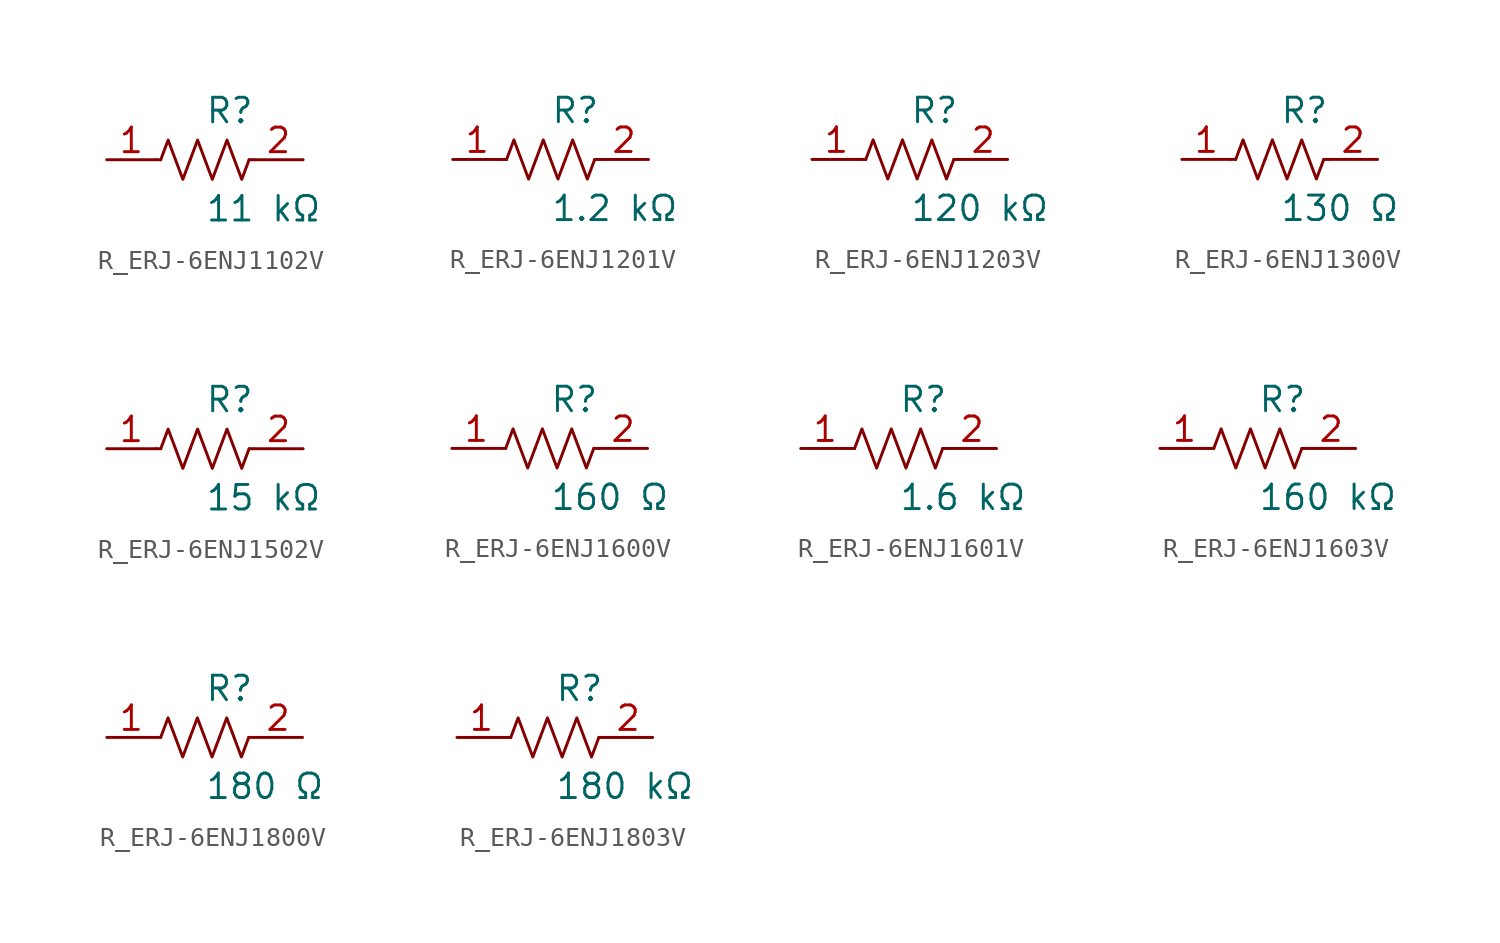
<source format=kicad_sym>
(kicad_symbol_lib
  (version 20231120)
  (generator kicad_symbol_editor)
  (generator_version 8.0)
  (symbol "R_ERJ-6ENJ1102V"
    (pin_names
      (offset 0.254))
    (property "Reference" "R"
      (at 0.0 2.54 0)
      (effects (font (size 1.27 1.27)) (justify left)))
    (property "Value" "11 kΩ"
      (at 0.0 -2.54 0)
      (effects (font (size 1.27 1.27)) (justify left)))
    (symbol "R_ERJ-6ENJ1102V_0_1"
      (polyline (pts (xy 2.286 0) (xy 2.54 0)) (stroke (width 0) (type default)) (fill (type none)))
      (polyline (pts (xy -2.286 0) (xy -2.54 0)) (stroke (width 0) (type default)) (fill (type none)))
      (polyline (pts (xy 0.762 0) (xy 1.143 1.016) (xy 1.524 0) (xy 1.905 -1.016) (xy 2.286 0)) (stroke (width 0) (type default)) (fill (type none)))
      (polyline (pts (xy -0.762 0) (xy -0.381 1.016) (xy 0 0) (xy 0.381 -1.016) (xy 0.762 0)) (stroke (width 0) (type default)) (fill (type none)))
      (polyline (pts (xy -2.286 0) (xy -1.905 1.016) (xy -1.524 0) (xy -1.143 -1.016) (xy -0.762 0)) (stroke (width 0) (type default)) (fill (type none))))
    (pin unspecified line
      (at -5.08 0 0)
      (length 2.54)
      (name "" (effects (font (size 1.27 1.27))))
      (number "1" (effects (font (size 1.27 1.27)))))
    (pin unspecified line
      (at 5.08 0 180)
      (length 2.54)
      (name "" (effects (font (size 1.27 1.27))))
      (number "2" (effects (font (size 1.27 1.27))))))
  (symbol "R_ERJ-6ENJ1201V"
    (pin_names
      (offset 0.254))
    (property "Reference" "R"
      (at 0.0 2.54 0)
      (effects (font (size 1.27 1.27)) (justify left)))
    (property "Value" "1.2 kΩ"
      (at 0.0 -2.54 0)
      (effects (font (size 1.27 1.27)) (justify left)))
    (symbol "R_ERJ-6ENJ1201V_0_1"
      (polyline (pts (xy 2.286 0) (xy 2.54 0)) (stroke (width 0) (type default)) (fill (type none)))
      (polyline (pts (xy -2.286 0) (xy -2.54 0)) (stroke (width 0) (type default)) (fill (type none)))
      (polyline (pts (xy 0.762 0) (xy 1.143 1.016) (xy 1.524 0) (xy 1.905 -1.016) (xy 2.286 0)) (stroke (width 0) (type default)) (fill (type none)))
      (polyline (pts (xy -0.762 0) (xy -0.381 1.016) (xy 0 0) (xy 0.381 -1.016) (xy 0.762 0)) (stroke (width 0) (type default)) (fill (type none)))
      (polyline (pts (xy -2.286 0) (xy -1.905 1.016) (xy -1.524 0) (xy -1.143 -1.016) (xy -0.762 0)) (stroke (width 0) (type default)) (fill (type none))))
    (pin unspecified line
      (at -5.08 0 0)
      (length 2.54)
      (name "" (effects (font (size 1.27 1.27))))
      (number "1" (effects (font (size 1.27 1.27)))))
    (pin unspecified line
      (at 5.08 0 180)
      (length 2.54)
      (name "" (effects (font (size 1.27 1.27))))
      (number "2" (effects (font (size 1.27 1.27))))))
  (symbol "R_ERJ-6ENJ1203V"
    (pin_names
      (offset 0.254))
    (property "Reference" "R"
      (at 0.0 2.54 0)
      (effects (font (size 1.27 1.27)) (justify left)))
    (property "Value" "120 kΩ"
      (at 0.0 -2.54 0)
      (effects (font (size 1.27 1.27)) (justify left)))
    (symbol "R_ERJ-6ENJ1203V_0_1"
      (polyline (pts (xy 2.286 0) (xy 2.54 0)) (stroke (width 0) (type default)) (fill (type none)))
      (polyline (pts (xy -2.286 0) (xy -2.54 0)) (stroke (width 0) (type default)) (fill (type none)))
      (polyline (pts (xy 0.762 0) (xy 1.143 1.016) (xy 1.524 0) (xy 1.905 -1.016) (xy 2.286 0)) (stroke (width 0) (type default)) (fill (type none)))
      (polyline (pts (xy -0.762 0) (xy -0.381 1.016) (xy 0 0) (xy 0.381 -1.016) (xy 0.762 0)) (stroke (width 0) (type default)) (fill (type none)))
      (polyline (pts (xy -2.286 0) (xy -1.905 1.016) (xy -1.524 0) (xy -1.143 -1.016) (xy -0.762 0)) (stroke (width 0) (type default)) (fill (type none))))
    (pin unspecified line
      (at -5.08 0 0)
      (length 2.54)
      (name "" (effects (font (size 1.27 1.27))))
      (number "1" (effects (font (size 1.27 1.27)))))
    (pin unspecified line
      (at 5.08 0 180)
      (length 2.54)
      (name "" (effects (font (size 1.27 1.27))))
      (number "2" (effects (font (size 1.27 1.27))))))
  (symbol "R_ERJ-6ENJ1300V"
    (pin_names
      (offset 0.254))
    (property "Reference" "R"
      (at 0.0 2.54 0)
      (effects (font (size 1.27 1.27)) (justify left)))
    (property "Value" "130 Ω"
      (at 0.0 -2.54 0)
      (effects (font (size 1.27 1.27)) (justify left)))
    (symbol "R_ERJ-6ENJ1300V_0_1"
      (polyline (pts (xy 2.286 0) (xy 2.54 0)) (stroke (width 0) (type default)) (fill (type none)))
      (polyline (pts (xy -2.286 0) (xy -2.54 0)) (stroke (width 0) (type default)) (fill (type none)))
      (polyline (pts (xy 0.762 0) (xy 1.143 1.016) (xy 1.524 0) (xy 1.905 -1.016) (xy 2.286 0)) (stroke (width 0) (type default)) (fill (type none)))
      (polyline (pts (xy -0.762 0) (xy -0.381 1.016) (xy 0 0) (xy 0.381 -1.016) (xy 0.762 0)) (stroke (width 0) (type default)) (fill (type none)))
      (polyline (pts (xy -2.286 0) (xy -1.905 1.016) (xy -1.524 0) (xy -1.143 -1.016) (xy -0.762 0)) (stroke (width 0) (type default)) (fill (type none))))
    (pin unspecified line
      (at -5.08 0 0)
      (length 2.54)
      (name "" (effects (font (size 1.27 1.27))))
      (number "1" (effects (font (size 1.27 1.27)))))
    (pin unspecified line
      (at 5.08 0 180)
      (length 2.54)
      (name "" (effects (font (size 1.27 1.27))))
      (number "2" (effects (font (size 1.27 1.27))))))
  (symbol "R_ERJ-6ENJ1502V"
    (pin_names
      (offset 0.254))
    (property "Reference" "R"
      (at 0.0 2.54 0)
      (effects (font (size 1.27 1.27)) (justify left)))
    (property "Value" "15 kΩ"
      (at 0.0 -2.54 0)
      (effects (font (size 1.27 1.27)) (justify left)))
    (symbol "R_ERJ-6ENJ1502V_0_1"
      (polyline (pts (xy 2.286 0) (xy 2.54 0)) (stroke (width 0) (type default)) (fill (type none)))
      (polyline (pts (xy -2.286 0) (xy -2.54 0)) (stroke (width 0) (type default)) (fill (type none)))
      (polyline (pts (xy 0.762 0) (xy 1.143 1.016) (xy 1.524 0) (xy 1.905 -1.016) (xy 2.286 0)) (stroke (width 0) (type default)) (fill (type none)))
      (polyline (pts (xy -0.762 0) (xy -0.381 1.016) (xy 0 0) (xy 0.381 -1.016) (xy 0.762 0)) (stroke (width 0) (type default)) (fill (type none)))
      (polyline (pts (xy -2.286 0) (xy -1.905 1.016) (xy -1.524 0) (xy -1.143 -1.016) (xy -0.762 0)) (stroke (width 0) (type default)) (fill (type none))))
    (pin unspecified line
      (at -5.08 0 0)
      (length 2.54)
      (name "" (effects (font (size 1.27 1.27))))
      (number "1" (effects (font (size 1.27 1.27)))))
    (pin unspecified line
      (at 5.08 0 180)
      (length 2.54)
      (name "" (effects (font (size 1.27 1.27))))
      (number "2" (effects (font (size 1.27 1.27))))))
  (symbol "R_ERJ-6ENJ1600V"
    (pin_names
      (offset 0.254))
    (property "Reference" "R"
      (at 0.0 2.54 0)
      (effects (font (size 1.27 1.27)) (justify left)))
    (property "Value" "160 Ω"
      (at 0.0 -2.54 0)
      (effects (font (size 1.27 1.27)) (justify left)))
    (symbol "R_ERJ-6ENJ1600V_0_1"
      (polyline (pts (xy 2.286 0) (xy 2.54 0)) (stroke (width 0) (type default)) (fill (type none)))
      (polyline (pts (xy -2.286 0) (xy -2.54 0)) (stroke (width 0) (type default)) (fill (type none)))
      (polyline (pts (xy 0.762 0) (xy 1.143 1.016) (xy 1.524 0) (xy 1.905 -1.016) (xy 2.286 0)) (stroke (width 0) (type default)) (fill (type none)))
      (polyline (pts (xy -0.762 0) (xy -0.381 1.016) (xy 0 0) (xy 0.381 -1.016) (xy 0.762 0)) (stroke (width 0) (type default)) (fill (type none)))
      (polyline (pts (xy -2.286 0) (xy -1.905 1.016) (xy -1.524 0) (xy -1.143 -1.016) (xy -0.762 0)) (stroke (width 0) (type default)) (fill (type none))))
    (pin unspecified line
      (at -5.08 0 0)
      (length 2.54)
      (name "" (effects (font (size 1.27 1.27))))
      (number "1" (effects (font (size 1.27 1.27)))))
    (pin unspecified line
      (at 5.08 0 180)
      (length 2.54)
      (name "" (effects (font (size 1.27 1.27))))
      (number "2" (effects (font (size 1.27 1.27))))))
  (symbol "R_ERJ-6ENJ1601V"
    (pin_names
      (offset 0.254))
    (property "Reference" "R"
      (at 0.0 2.54 0)
      (effects (font (size 1.27 1.27)) (justify left)))
    (property "Value" "1.6 kΩ"
      (at 0.0 -2.54 0)
      (effects (font (size 1.27 1.27)) (justify left)))
    (symbol "R_ERJ-6ENJ1601V_0_1"
      (polyline (pts (xy 2.286 0) (xy 2.54 0)) (stroke (width 0) (type default)) (fill (type none)))
      (polyline (pts (xy -2.286 0) (xy -2.54 0)) (stroke (width 0) (type default)) (fill (type none)))
      (polyline (pts (xy 0.762 0) (xy 1.143 1.016) (xy 1.524 0) (xy 1.905 -1.016) (xy 2.286 0)) (stroke (width 0) (type default)) (fill (type none)))
      (polyline (pts (xy -0.762 0) (xy -0.381 1.016) (xy 0 0) (xy 0.381 -1.016) (xy 0.762 0)) (stroke (width 0) (type default)) (fill (type none)))
      (polyline (pts (xy -2.286 0) (xy -1.905 1.016) (xy -1.524 0) (xy -1.143 -1.016) (xy -0.762 0)) (stroke (width 0) (type default)) (fill (type none))))
    (pin unspecified line
      (at -5.08 0 0)
      (length 2.54)
      (name "" (effects (font (size 1.27 1.27))))
      (number "1" (effects (font (size 1.27 1.27)))))
    (pin unspecified line
      (at 5.08 0 180)
      (length 2.54)
      (name "" (effects (font (size 1.27 1.27))))
      (number "2" (effects (font (size 1.27 1.27))))))
  (symbol "R_ERJ-6ENJ1603V"
    (pin_names
      (offset 0.254))
    (property "Reference" "R"
      (at 0.0 2.54 0)
      (effects (font (size 1.27 1.27)) (justify left)))
    (property "Value" "160 kΩ"
      (at 0.0 -2.54 0)
      (effects (font (size 1.27 1.27)) (justify left)))
    (symbol "R_ERJ-6ENJ1603V_0_1"
      (polyline (pts (xy 2.286 0) (xy 2.54 0)) (stroke (width 0) (type default)) (fill (type none)))
      (polyline (pts (xy -2.286 0) (xy -2.54 0)) (stroke (width 0) (type default)) (fill (type none)))
      (polyline (pts (xy 0.762 0) (xy 1.143 1.016) (xy 1.524 0) (xy 1.905 -1.016) (xy 2.286 0)) (stroke (width 0) (type default)) (fill (type none)))
      (polyline (pts (xy -0.762 0) (xy -0.381 1.016) (xy 0 0) (xy 0.381 -1.016) (xy 0.762 0)) (stroke (width 0) (type default)) (fill (type none)))
      (polyline (pts (xy -2.286 0) (xy -1.905 1.016) (xy -1.524 0) (xy -1.143 -1.016) (xy -0.762 0)) (stroke (width 0) (type default)) (fill (type none))))
    (pin unspecified line
      (at -5.08 0 0)
      (length 2.54)
      (name "" (effects (font (size 1.27 1.27))))
      (number "1" (effects (font (size 1.27 1.27)))))
    (pin unspecified line
      (at 5.08 0 180)
      (length 2.54)
      (name "" (effects (font (size 1.27 1.27))))
      (number "2" (effects (font (size 1.27 1.27))))))
  (symbol "R_ERJ-6ENJ1800V"
    (pin_names
      (offset 0.254))
    (property "Reference" "R"
      (at 0.0 2.54 0)
      (effects (font (size 1.27 1.27)) (justify left)))
    (property "Value" "180 Ω"
      (at 0.0 -2.54 0)
      (effects (font (size 1.27 1.27)) (justify left)))
    (symbol "R_ERJ-6ENJ1800V_0_1"
      (polyline (pts (xy 2.286 0) (xy 2.54 0)) (stroke (width 0) (type default)) (fill (type none)))
      (polyline (pts (xy -2.286 0) (xy -2.54 0)) (stroke (width 0) (type default)) (fill (type none)))
      (polyline (pts (xy 0.762 0) (xy 1.143 1.016) (xy 1.524 0) (xy 1.905 -1.016) (xy 2.286 0)) (stroke (width 0) (type default)) (fill (type none)))
      (polyline (pts (xy -0.762 0) (xy -0.381 1.016) (xy 0 0) (xy 0.381 -1.016) (xy 0.762 0)) (stroke (width 0) (type default)) (fill (type none)))
      (polyline (pts (xy -2.286 0) (xy -1.905 1.016) (xy -1.524 0) (xy -1.143 -1.016) (xy -0.762 0)) (stroke (width 0) (type default)) (fill (type none))))
    (pin unspecified line
      (at -5.08 0 0)
      (length 2.54)
      (name "" (effects (font (size 1.27 1.27))))
      (number "1" (effects (font (size 1.27 1.27)))))
    (pin unspecified line
      (at 5.08 0 180)
      (length 2.54)
      (name "" (effects (font (size 1.27 1.27))))
      (number "2" (effects (font (size 1.27 1.27))))))
  (symbol "R_ERJ-6ENJ1803V"
    (pin_names
      (offset 0.254))
    (property "Reference" "R"
      (at 0.0 2.54 0)
      (effects (font (size 1.27 1.27)) (justify left)))
    (property "Value" "180 kΩ"
      (at 0.0 -2.54 0)
      (effects (font (size 1.27 1.27)) (justify left)))
    (symbol "R_ERJ-6ENJ1803V_0_1"
      (polyline (pts (xy 2.286 0) (xy 2.54 0)) (stroke (width 0) (type default)) (fill (type none)))
      (polyline (pts (xy -2.286 0) (xy -2.54 0)) (stroke (width 0) (type default)) (fill (type none)))
      (polyline (pts (xy 0.762 0) (xy 1.143 1.016) (xy 1.524 0) (xy 1.905 -1.016) (xy 2.286 0)) (stroke (width 0) (type default)) (fill (type none)))
      (polyline (pts (xy -0.762 0) (xy -0.381 1.016) (xy 0 0) (xy 0.381 -1.016) (xy 0.762 0)) (stroke (width 0) (type default)) (fill (type none)))
      (polyline (pts (xy -2.286 0) (xy -1.905 1.016) (xy -1.524 0) (xy -1.143 -1.016) (xy -0.762 0)) (stroke (width 0) (type default)) (fill (type none))))
    (pin unspecified line
      (at -5.08 0 0)
      (length 2.54)
      (name "" (effects (font (size 1.27 1.27))))
      (number "1" (effects (font (size 1.27 1.27)))))
    (pin unspecified line
      (at 5.08 0 180)
      (length 2.54)
      (name "" (effects (font (size 1.27 1.27))))
      (number "2" (effects (font (size 1.27 1.27)))))))
</source>
